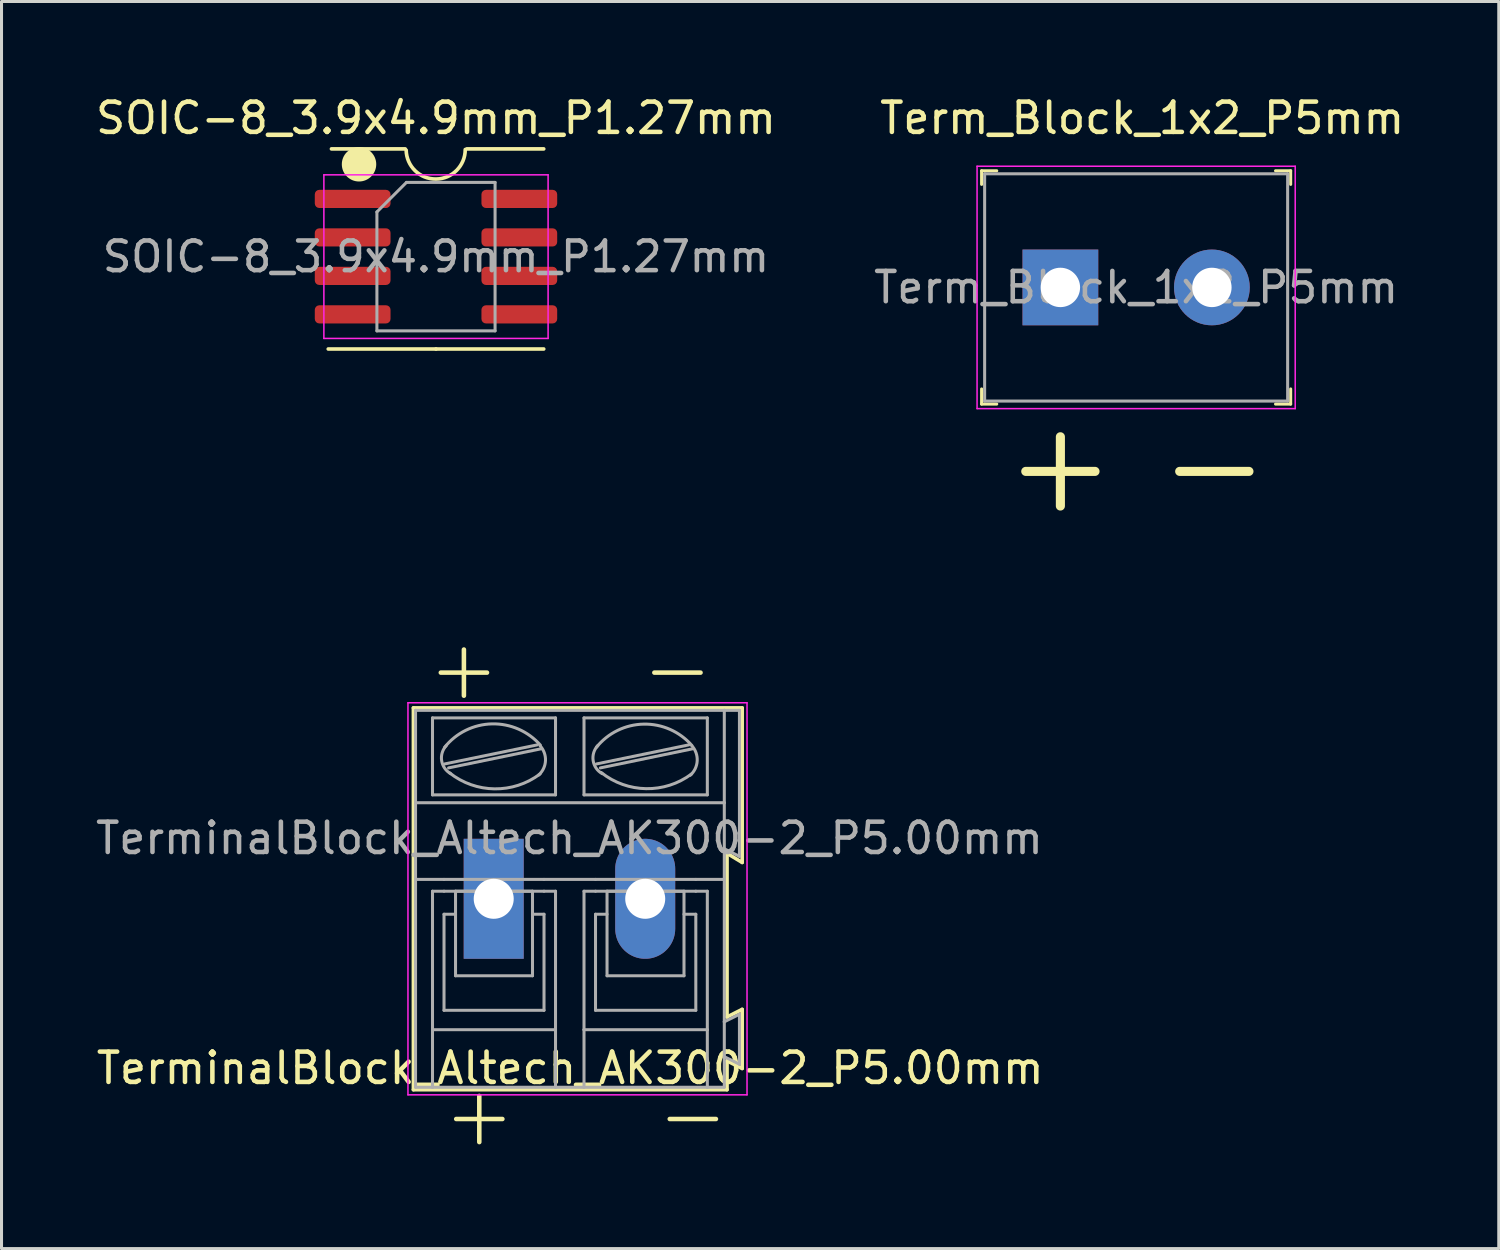
<source format=kicad_pcb>
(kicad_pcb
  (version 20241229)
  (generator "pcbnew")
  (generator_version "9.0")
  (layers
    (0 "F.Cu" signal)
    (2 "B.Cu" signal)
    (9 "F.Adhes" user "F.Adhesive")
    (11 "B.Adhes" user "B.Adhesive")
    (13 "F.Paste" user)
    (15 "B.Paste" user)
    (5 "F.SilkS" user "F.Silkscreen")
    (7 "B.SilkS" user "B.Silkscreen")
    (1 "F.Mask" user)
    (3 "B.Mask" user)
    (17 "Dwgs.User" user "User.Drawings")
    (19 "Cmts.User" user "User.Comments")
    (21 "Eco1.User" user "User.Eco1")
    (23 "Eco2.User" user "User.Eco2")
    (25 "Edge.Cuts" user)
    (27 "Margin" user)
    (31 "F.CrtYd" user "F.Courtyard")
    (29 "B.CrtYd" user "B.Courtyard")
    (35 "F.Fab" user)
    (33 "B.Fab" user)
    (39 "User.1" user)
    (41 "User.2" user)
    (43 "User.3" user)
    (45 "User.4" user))
  (footprint "Term_Block_1x2_P5mm"
    (layer "F.Cu")
    (at 31.946 6.436)
    (property "Reference" "Term_Block_1x2_P5mm" (at 2.7 -5.588 0) (layer "F.SilkS") (effects (font (size 1 1) (thickness 0.15))))
    (attr through_hole)
    (fp_line (start -2.6 -3.85) (end -2.6 -3.4) (stroke (width 0.1) (type solid)) (layer "F.SilkS"))
    (fp_line (start -2.6 -3.85) (end -2.1 -3.85) (stroke (width 0.1) (type solid)) (layer "F.SilkS"))
    (fp_line (start -2.6 3.85) (end -2.6 3.35) (stroke (width 0.1) (type solid)) (layer "F.SilkS"))
    (fp_line (start -2.6 3.85) (end -2.1 3.85) (stroke (width 0.1) (type solid)) (layer "F.SilkS"))
    (fp_line (start 7.6 -3.85) (end 7.1 -3.85) (stroke (width 0.1) (type solid)) (layer "F.SilkS"))
    (fp_line (start 7.6 -3.85) (end 7.6 -3.4) (stroke (width 0.1) (type solid)) (layer "F.SilkS"))
    (fp_line (start 7.6 3.85) (end 7.1 3.85) (stroke (width 0.1) (type solid)) (layer "F.SilkS"))
    (fp_line (start 7.6 3.85) (end 7.6 3.35) (stroke (width 0.1) (type solid)) (layer "F.SilkS"))
    (fp_line (start -2.75 -4) (end -2.75 4) (stroke (width 0.05) (type solid)) (layer "F.CrtYd"))
    (fp_line (start -2.75 -4) (end 7.75 -4) (stroke (width 0.05) (type solid)) (layer "F.CrtYd"))
    (fp_line (start -2.75 4) (end 7.75 4) (stroke (width 0.05) (type solid)) (layer "F.CrtYd"))
    (fp_line (start 7.75 -4) (end 7.75 4) (stroke (width 0.05) (type solid)) (layer "F.CrtYd"))
    (fp_line (start -2.5 -3.75) (end -2.5 3.75) (stroke (width 0.1) (type solid)) (layer "F.Fab"))
    (fp_line (start 7.5 -3.75) (end -2.5 -3.75) (stroke (width 0.1) (type solid)) (layer "F.Fab"))
    (fp_line (start 7.5 -3.75) (end 7.5 3.75) (stroke (width 0.1) (type solid)) (layer "F.Fab"))
    (fp_line (start 7.5 3.75) (end -2.5 3.75) (stroke (width 0.1) (type solid)) (layer "F.Fab"))
    (fp_text user "+" (at 0 5.842 0) (layer "F.SilkS") (effects (font (size 3 3) (thickness 0.3))))
    (fp_text user "-" (at 5.08 5.842 0) (layer "F.SilkS") (effects (font (size 3 3) (thickness 0.3))))
    (fp_text user "${REFERENCE}" (at 2.5 0 0) (layer "F.Fab") (effects (font (size 1 1) (thickness 0.15))))
    (pad "1" thru_hole rect (at 0 0) (size 2.5 2.5) (drill 1.3) (layers "*.Cu" "*.Mask"))
    (pad "2" thru_hole circle (at 5 0) (size 2.5 2.5) (drill 1.3) (layers "*.Cu" "*.Mask")))
  (footprint "TerminalBlock_Altech_AK300-2_P5.00mm"
    (layer "F.Cu")
    (at 13.244 26.613)
    (property "Reference" "TerminalBlock_Altech_AK300-2_P5.00mm" (at 2.525 5.588 0) (layer "F.SilkS") (effects (font (size 1 1) (thickness 0.15))))
    (attr through_hole)
    (fp_line (start -2.65 -6.3) (end -2.65 6.3) (stroke (width 0.12) (type solid)) (layer "F.SilkS"))
    (fp_line (start -2.65 6.3) (end 7.7 6.3) (stroke (width 0.12) (type solid)) (layer "F.SilkS"))
    (fp_line (start 7.7 -1.5) (end 8.2 -1.2) (stroke (width 0.12) (type solid)) (layer "F.SilkS"))
    (fp_line (start 7.7 3.9) (end 7.7 -1.5) (stroke (width 0.12) (type solid)) (layer "F.SilkS"))
    (fp_line (start 7.7 5.35) (end 8.2 5.6) (stroke (width 0.12) (type solid)) (layer "F.SilkS"))
    (fp_line (start 7.7 6.3) (end 7.7 5.35) (stroke (width 0.12) (type solid)) (layer "F.SilkS"))
    (fp_line (start 8.2 -6.3) (end -2.65 -6.3) (stroke (width 0.12) (type solid)) (layer "F.SilkS"))
    (fp_line (start 8.2 -1.2) (end 8.2 -6.3) (stroke (width 0.12) (type solid)) (layer "F.SilkS"))
    (fp_line (start 8.2 3.65) (end 7.7 3.9) (stroke (width 0.12) (type solid)) (layer "F.SilkS"))
    (fp_line (start 8.2 3.7) (end 8.2 3.65) (stroke (width 0.12) (type solid)) (layer "F.SilkS"))
    (fp_line (start 8.2 5.6) (end 8.2 3.7) (stroke (width 0.12) (type solid)) (layer "F.SilkS"))
    (fp_line (start -2.83 -6.47) (end -2.83 6.47) (stroke (width 0.05) (type solid)) (layer "F.CrtYd"))
    (fp_line (start -2.83 -6.47) (end 8.36 -6.47) (stroke (width 0.05) (type solid)) (layer "F.CrtYd"))
    (fp_line (start 8.36 6.47) (end -2.83 6.47) (stroke (width 0.05) (type solid)) (layer "F.CrtYd"))
    (fp_line (start 8.36 6.47) (end 8.36 -6.47) (stroke (width 0.05) (type solid)) (layer "F.CrtYd"))
    (fp_line (start -2.58 -3.17) (end -2.58 -6.22) (stroke (width 0.1) (type solid)) (layer "F.Fab"))
    (fp_line (start -2.58 -3.17) (end 7.61 -3.17) (stroke (width 0.1) (type solid)) (layer "F.Fab"))
    (fp_line (start -2.58 -0.64) (end -2.58 -3.17) (stroke (width 0.1) (type solid)) (layer "F.Fab"))
    (fp_line (start -2.58 -0.64) (end -1.64 -0.64) (stroke (width 0.1) (type solid)) (layer "F.Fab"))
    (fp_line (start -2.58 6.22) (end -2.58 -0.64) (stroke (width 0.1) (type solid)) (layer "F.Fab"))
    (fp_line (start -2.58 6.22) (end -2.02 6.22) (stroke (width 0.1) (type solid)) (layer "F.Fab"))
    (fp_line (start -2.02 -3.43) (end -2.02 -5.97) (stroke (width 0.1) (type solid)) (layer "F.Fab"))
    (fp_line (start -2.02 -0.25) (end -2.02 4.32) (stroke (width 0.1) (type solid)) (layer "F.Fab"))
    (fp_line (start -2.02 -0.25) (end -1.64 -0.25) (stroke (width 0.1) (type solid)) (layer "F.Fab"))
    (fp_line (start -2.02 4.32) (end -2.02 6.22) (stroke (width 0.1) (type solid)) (layer "F.Fab"))
    (fp_line (start -2.02 6.22) (end 2.04 6.22) (stroke (width 0.1) (type solid)) (layer "F.Fab"))
    (fp_line (start -1.64 -0.64) (end 1.66 -0.64) (stroke (width 0.1) (type solid)) (layer "F.Fab"))
    (fp_line (start -1.64 0.51) (end -1.26 0.51) (stroke (width 0.1) (type solid)) (layer "F.Fab"))
    (fp_line (start -1.64 3.68) (end -1.64 0.51) (stroke (width 0.1) (type solid)) (layer "F.Fab"))
    (fp_line (start -1.62 -4.45) (end 1.44 -5.08) (stroke (width 0.1) (type solid)) (layer "F.Fab"))
    (fp_line (start -1.49 -4.32) (end 1.56 -4.95) (stroke (width 0.1) (type solid)) (layer "F.Fab"))
    (fp_line (start -1.26 -0.25) (end 1.28 -0.25) (stroke (width 0.1) (type solid)) (layer "F.Fab"))
    (fp_line (start -1.26 2.54) (end -1.26 -0.25) (stroke (width 0.1) (type solid)) (layer "F.Fab"))
    (fp_line (start -1.26 2.54) (end 1.28 2.54) (stroke (width 0.1) (type solid)) (layer "F.Fab"))
    (fp_line (start 1.28 2.54) (end 1.28 -0.25) (stroke (width 0.1) (type solid)) (layer "F.Fab"))
    (fp_line (start 1.66 -0.64) (end 3.36 -0.64) (stroke (width 0.1) (type solid)) (layer "F.Fab"))
    (fp_line (start 1.66 -0.25) (end -1.64 -0.25) (stroke (width 0.1) (type solid)) (layer "F.Fab"))
    (fp_line (start 1.66 0.51) (end 1.28 0.51) (stroke (width 0.1) (type solid)) (layer "F.Fab"))
    (fp_line (start 1.66 3.68) (end -1.64 3.68) (stroke (width 0.1) (type solid)) (layer "F.Fab"))
    (fp_line (start 1.66 3.68) (end 1.66 0.51) (stroke (width 0.1) (type solid)) (layer "F.Fab"))
    (fp_line (start 2.04 -5.97) (end -2.02 -5.97) (stroke (width 0.1) (type solid)) (layer "F.Fab"))
    (fp_line (start 2.04 -3.43) (end -2.02 -3.43) (stroke (width 0.1) (type solid)) (layer "F.Fab"))
    (fp_line (start 2.04 -3.43) (end 2.04 -5.97) (stroke (width 0.1) (type solid)) (layer "F.Fab"))
    (fp_line (start 2.04 -0.25) (end 1.66 -0.25) (stroke (width 0.1) (type solid)) (layer "F.Fab"))
    (fp_line (start 2.04 4.32) (end -2.02 4.32) (stroke (width 0.1) (type solid)) (layer "F.Fab"))
    (fp_line (start 2.04 4.32) (end 2.04 -0.25) (stroke (width 0.1) (type solid)) (layer "F.Fab"))
    (fp_line (start 2.04 6.22) (end 2.04 4.32) (stroke (width 0.1) (type solid)) (layer "F.Fab"))
    (fp_line (start 2.04 6.22) (end 2.98 6.22) (stroke (width 0.1) (type solid)) (layer "F.Fab"))
    (fp_line (start 2.98 -5.97) (end 7.05 -5.97) (stroke (width 0.1) (type solid)) (layer "F.Fab"))
    (fp_line (start 2.98 -3.43) (end 2.98 -5.97) (stroke (width 0.1) (type solid)) (layer "F.Fab"))
    (fp_line (start 2.98 -0.25) (end 3.36 -0.25) (stroke (width 0.1) (type solid)) (layer "F.Fab"))
    (fp_line (start 2.98 4.32) (end 2.98 -0.25) (stroke (width 0.1) (type solid)) (layer "F.Fab"))
    (fp_line (start 2.98 4.32) (end 7.05 4.32) (stroke (width 0.1) (type solid)) (layer "F.Fab"))
    (fp_line (start 2.98 6.22) (end 2.98 4.32) (stroke (width 0.1) (type solid)) (layer "F.Fab"))
    (fp_line (start 2.98 6.22) (end 7.05 6.22) (stroke (width 0.1) (type solid)) (layer "F.Fab"))
    (fp_line (start 3.36 -0.25) (end 6.67 -0.25) (stroke (width 0.1) (type solid)) (layer "F.Fab"))
    (fp_line (start 3.36 0.51) (end 3.74 0.51) (stroke (width 0.1) (type solid)) (layer "F.Fab"))
    (fp_line (start 3.36 3.68) (end 3.36 0.51) (stroke (width 0.1) (type solid)) (layer "F.Fab"))
    (fp_line (start 3.39 -4.45) (end 6.44 -5.08) (stroke (width 0.1) (type solid)) (layer "F.Fab"))
    (fp_line (start 3.52 -4.32) (end 6.56 -4.95) (stroke (width 0.1) (type solid)) (layer "F.Fab"))
    (fp_line (start 3.74 -0.25) (end 6.28 -0.25) (stroke (width 0.1) (type solid)) (layer "F.Fab"))
    (fp_line (start 3.74 2.54) (end 3.74 -0.25) (stroke (width 0.1) (type solid)) (layer "F.Fab"))
    (fp_line (start 3.74 2.54) (end 6.28 2.54) (stroke (width 0.1) (type solid)) (layer "F.Fab"))
    (fp_line (start 6.28 2.54) (end 6.28 -0.25) (stroke (width 0.1) (type solid)) (layer "F.Fab"))
    (fp_line (start 6.67 -0.64) (end 3.36 -0.64) (stroke (width 0.1) (type solid)) (layer "F.Fab"))
    (fp_line (start 6.67 0.51) (end 6.28 0.51) (stroke (width 0.1) (type solid)) (layer "F.Fab"))
    (fp_line (start 6.67 3.68) (end 3.36 3.68) (stroke (width 0.1) (type solid)) (layer "F.Fab"))
    (fp_line (start 6.67 3.68) (end 6.67 0.51) (stroke (width 0.1) (type solid)) (layer "F.Fab"))
    (fp_line (start 7.05 -5.97) (end 7.05 -3.43) (stroke (width 0.1) (type solid)) (layer "F.Fab"))
    (fp_line (start 7.05 -3.43) (end 2.98 -3.43) (stroke (width 0.1) (type solid)) (layer "F.Fab"))
    (fp_line (start 7.05 -0.25) (end 6.67 -0.25) (stroke (width 0.1) (type solid)) (layer "F.Fab"))
    (fp_line (start 7.05 -0.25) (end 7.05 4.32) (stroke (width 0.1) (type solid)) (layer "F.Fab"))
    (fp_line (start 7.05 4.32) (end 7.05 6.22) (stroke (width 0.1) (type solid)) (layer "F.Fab"))
    (fp_line (start 7.05 6.22) (end 7.61 6.22) (stroke (width 0.1) (type solid)) (layer "F.Fab"))
    (fp_line (start 7.61 -6.22) (end -2.58 -6.22) (stroke (width 0.1) (type solid)) (layer "F.Fab"))
    (fp_line (start 7.61 -6.22) (end 7.61 -3.17) (stroke (width 0.1) (type solid)) (layer "F.Fab"))
    (fp_line (start 7.61 -6.22) (end 8.11 -6.22) (stroke (width 0.1) (type solid)) (layer "F.Fab"))
    (fp_line (start 7.61 -3.17) (end 7.61 -1.65) (stroke (width 0.1) (type solid)) (layer "F.Fab"))
    (fp_line (start 7.61 -1.65) (end 7.61 -0.64) (stroke (width 0.1) (type solid)) (layer "F.Fab"))
    (fp_line (start 7.61 -0.64) (end 6.67 -0.64) (stroke (width 0.1) (type solid)) (layer "F.Fab"))
    (fp_line (start 7.61 -0.64) (end 7.61 4.06) (stroke (width 0.1) (type solid)) (layer "F.Fab"))
    (fp_line (start 7.61 4.06) (end 7.61 5.21) (stroke (width 0.1) (type solid)) (layer "F.Fab"))
    (fp_line (start 7.61 5.21) (end 7.61 6.22) (stroke (width 0.1) (type solid)) (layer "F.Fab"))
    (fp_line (start 8.11 -6.22) (end 8.11 -1.4) (stroke (width 0.1) (type solid)) (layer "F.Fab"))
    (fp_line (start 8.11 -1.4) (end 7.61 -1.65) (stroke (width 0.1) (type solid)) (layer "F.Fab"))
    (fp_line (start 8.11 3.81) (end 7.61 4.06) (stroke (width 0.1) (type solid)) (layer "F.Fab"))
    (fp_line (start 8.11 3.81) (end 8.11 5.46) (stroke (width 0.1) (type solid)) (layer "F.Fab"))
    (fp_line (start 8.11 5.46) (end 7.61 5.21) (stroke (width 0.1) (type solid)) (layer "F.Fab"))
    (fp_arc (start -1.62 -5) (mid -0.05669 -5.772528) (end 1.539976 -5.071534) (stroke (width 0.1) (type solid)) (layer "F.Fab"))
    (fp_arc (start -1.42 -4.13) (mid -1.718466 -4.559406) (end -1.562972 -5.058699) (stroke (width 0.1) (type solid)) (layer "F.Fab"))
    (fp_arc (start 1.53 -5.05) (mid 1.708693 -4.558754) (end 1.485619 -4.086005) (stroke (width 0.1) (type solid)) (layer "F.Fab"))
    (fp_arc (start 1.53 -4.12) (mid 0.02849 -3.628196) (end -1.459829 -4.158582) (stroke (width 0.1) (type solid)) (layer "F.Fab"))
    (fp_arc (start 3.39 -5) (mid 4.949737 -5.764867) (end 6.538239 -5.061686) (stroke (width 0.1) (type solid)) (layer "F.Fab"))
    (fp_arc (start 3.58 -4.13) (mid 3.281534 -4.559406) (end 3.437028 -5.058699) (stroke (width 0.1) (type solid)) (layer "F.Fab"))
    (fp_arc (start 6.53 -4.12) (mid 5.030583 -3.634318) (end 3.547667 -4.168263) (stroke (width 0.1) (type solid)) (layer "F.Fab"))
    (fp_arc (start 6.54 -5.05) (mid 6.715733 -4.551652) (end 6.485532 -4.076005) (stroke (width 0.1) (type solid)) (layer "F.Fab"))
    (fp_text user "+   -" (at 3.048 7.112 0) (unlocked yes) (layer "F.SilkS") (effects (font (size 2 2) (thickness 0.15))))
    (fp_text user "+   -" (at 2.54 -7.62 0) (unlocked yes) (layer "F.SilkS") (effects (font (size 2 2) (thickness 0.15))))
    (fp_text user "${REFERENCE}" (at 2.5 -2 0) (layer "F.Fab") (effects (font (size 1 1) (thickness 0.15))))
    (pad "1" thru_hole rect (at 0 0) (size 1.98 3.96) (drill 1.32) (layers "*.Cu" "*.Mask"))
    (pad "2" thru_hole oval (at 5 0) (size 1.98 3.96) (drill 1.32) (layers "*.Cu" "*.Mask")))
  (footprint "SOIC-8_3.9x4.9mm_P1.27mm"
    (layer "F.Cu")
    (at 11.339 5.42)
    (property "Reference" "SOIC-8_3.9x4.9mm_P1.27mm" (at 0 -4.572 0) (layer "F.SilkS") (effects (font (size 1 1) (thickness 0.15))))
    (attr smd)
    (fp_line (start -1.016 -3.556) (end -3.45 -3.556) (stroke (width 0.12) (type solid)) (layer "F.SilkS"))
    (fp_line (start 0 3.048) (end -3.556 3.048) (stroke (width 0.12) (type solid)) (layer "F.SilkS"))
    (fp_line (start 0 3.048) (end 3.556 3.048) (stroke (width 0.12) (type solid)) (layer "F.SilkS"))
    (fp_line (start 1.016 -3.556) (end 3.556 -3.556) (stroke (width 0.12) (type solid)) (layer "F.SilkS"))
    (fp_arc (start 0.965405 -3.534953) (mid 0 -2.56) (end -0.984406 -3.515764) (stroke (width 0.12) (type solid)) (layer "F.SilkS"))
    (fp_circle (center -2.54 -3.048) (end -2.032 -3.048) (stroke (width 0.12) (type solid)) (fill yes) (layer "F.SilkS"))
    (fp_line (start -3.7 -2.7) (end -3.7 2.7) (stroke (width 0.05) (type solid)) (layer "F.CrtYd"))
    (fp_line (start -3.7 2.7) (end 3.7 2.7) (stroke (width 0.05) (type solid)) (layer "F.CrtYd"))
    (fp_line (start 3.7 -2.7) (end -3.7 -2.7) (stroke (width 0.05) (type solid)) (layer "F.CrtYd"))
    (fp_line (start 3.7 2.7) (end 3.7 -2.7) (stroke (width 0.05) (type solid)) (layer "F.CrtYd"))
    (fp_line (start -1.95 -1.475) (end -0.975 -2.45) (stroke (width 0.1) (type solid)) (layer "F.Fab"))
    (fp_line (start -1.95 2.45) (end -1.95 -1.475) (stroke (width 0.1) (type solid)) (layer "F.Fab"))
    (fp_line (start -0.975 -2.45) (end 1.95 -2.45) (stroke (width 0.1) (type solid)) (layer "F.Fab"))
    (fp_line (start 1.95 -2.45) (end 1.95 2.45) (stroke (width 0.1) (type solid)) (layer "F.Fab"))
    (fp_line (start 1.95 2.45) (end -1.95 2.45) (stroke (width 0.1) (type solid)) (layer "F.Fab"))
    (fp_text user "${REFERENCE}" (at 0 0 0) (layer "F.Fab") (effects (font (size 0.98 0.98) (thickness 0.15))))
    (pad "1" smd roundrect (at -2.75 -1.905) (size 2.5 0.6) (layers "F.Cu" "F.Mask" "F.Paste") (roundrect_rratio 0.25))
    (pad "2" smd roundrect (at -2.75 -0.635) (size 2.5 0.6) (layers "F.Cu" "F.Mask" "F.Paste") (roundrect_rratio 0.25))
    (pad "3" smd roundrect (at -2.75 0.635) (size 2.5 0.6) (layers "F.Cu" "F.Mask" "F.Paste") (roundrect_rratio 0.25))
    (pad "4" smd roundrect (at -2.75 1.905) (size 2.5 0.6) (layers "F.Cu" "F.Mask" "F.Paste") (roundrect_rratio 0.25))
    (pad "5" smd roundrect (at 2.75 1.905) (size 2.5 0.6) (layers "F.Cu" "F.Mask" "F.Paste") (roundrect_rratio 0.25))
    (pad "6" smd roundrect (at 2.75 0.635) (size 2.5 0.6) (layers "F.Cu" "F.Mask" "F.Paste") (roundrect_rratio 0.25))
    (pad "7" smd roundrect (at 2.75 -0.635) (size 2.5 0.6) (layers "F.Cu" "F.Mask" "F.Paste") (roundrect_rratio 0.25))
    (pad "8" smd roundrect (at 2.75 -1.905) (size 2.5 0.6) (layers "F.Cu" "F.Mask" "F.Paste") (roundrect_rratio 0.25)))
  (gr_rect
    (start -3 -3)
    (end 46.414 38.158)
    (stroke (width 0.1) (type default))
    (fill no)
    (layer "Edge.Cuts")))
</source>
